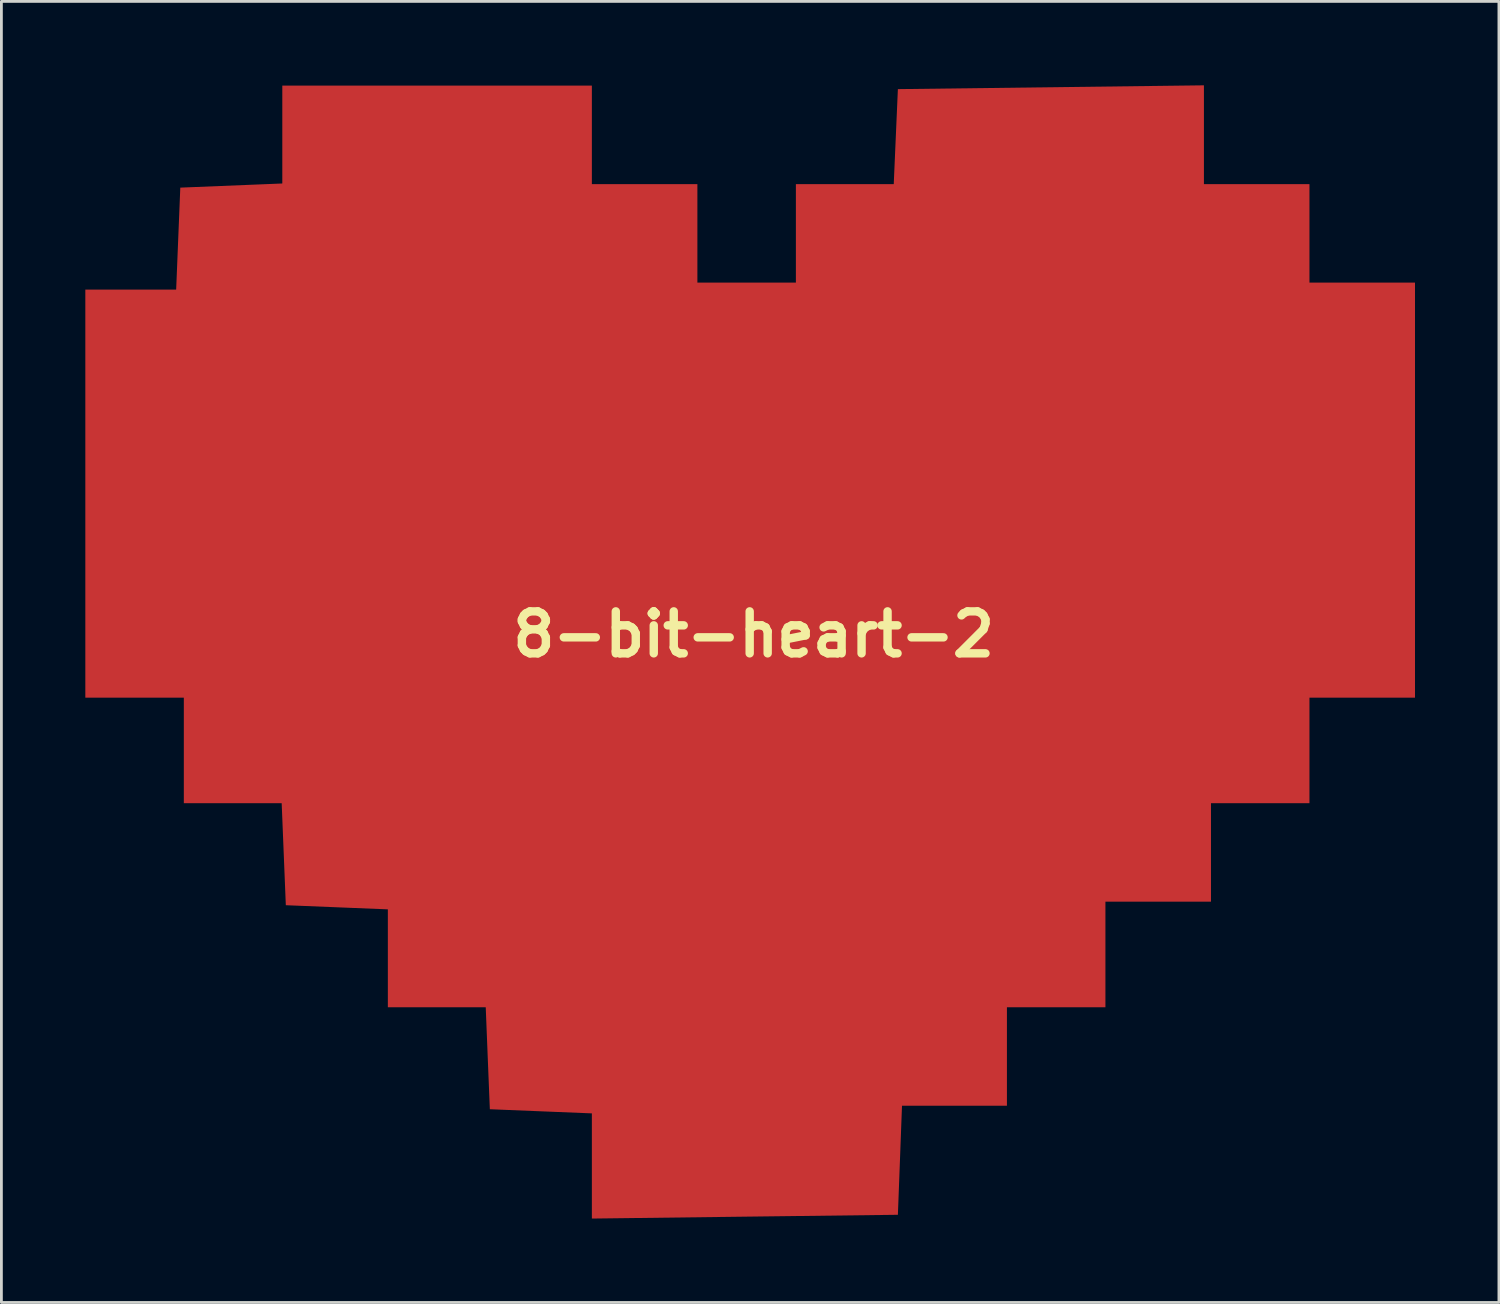
<source format=kicad_pcb>
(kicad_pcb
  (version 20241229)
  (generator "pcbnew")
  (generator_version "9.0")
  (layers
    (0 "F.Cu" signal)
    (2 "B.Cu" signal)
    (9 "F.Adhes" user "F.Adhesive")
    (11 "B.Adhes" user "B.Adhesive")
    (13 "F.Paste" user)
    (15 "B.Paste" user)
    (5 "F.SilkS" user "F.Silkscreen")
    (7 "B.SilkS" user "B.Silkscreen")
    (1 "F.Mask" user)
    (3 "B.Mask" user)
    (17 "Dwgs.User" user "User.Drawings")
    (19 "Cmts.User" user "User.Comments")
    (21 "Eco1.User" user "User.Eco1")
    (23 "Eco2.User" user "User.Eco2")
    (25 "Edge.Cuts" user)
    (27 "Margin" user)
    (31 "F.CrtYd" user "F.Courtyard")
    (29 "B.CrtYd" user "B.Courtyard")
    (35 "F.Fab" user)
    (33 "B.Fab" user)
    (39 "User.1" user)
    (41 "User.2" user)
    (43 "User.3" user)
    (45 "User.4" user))
  (footprint "8-bit-heart-2"
    (layer "F.Cu")
    (at 23.891 19.626)
    (property "Reference" "8-bit-heart-2" (at 0 0 0) (layer "F.SilkS") (effects (font (size 1.5 1.5) (thickness 0.3))))
    (attr board_only exclude_from_pos_files exclude_from_bom)
    (fp_poly (pts (xy 16.095 -17.86) (xy 16.095 -16.095) (xy 17.981 -16.095) (xy 19.867 -16.095) (xy 19.867 -14.335) (xy 19.867 -12.574) (xy 21.753 -12.574) (xy 23.64 -12.574) (xy 23.64 -5.155) (xy 23.64 2.263) (xy 21.753 2.263) (xy 19.867 2.263) (xy 19.867 4.15) (xy 19.867 6.036) (xy 18.107 6.036) (xy 16.347 6.036) (xy 16.347 7.796) (xy 16.347 9.556) (xy 14.46 9.556) (xy 12.574 9.556) (xy 12.574 11.443) (xy 12.574 13.329) (xy 10.814 13.329) (xy 9.053 13.329) (xy 9.053 15.089) (xy 9.053 16.85) (xy 7.178 16.85) (xy 5.302 16.85) (xy 5.229 18.799) (xy 5.155 20.748) (xy -0.314 20.815) (xy -5.784 20.883) (xy -5.784 19.003) (xy -5.784 17.123) (xy -7.607 17.049) (xy -9.431 16.975) (xy -9.505 15.152) (xy -9.578 13.329) (xy -11.328 13.329) (xy -13.077 13.329) (xy -13.077 11.579) (xy -13.077 9.83) (xy -14.9 9.756) (xy -16.724 9.682) (xy -16.798 7.859) (xy -16.872 6.036) (xy -18.621 6.036) (xy -20.37 6.036) (xy -20.37 4.15) (xy -20.37 2.263) (xy -22.131 2.263) (xy -23.891 2.263) (xy -23.891 -5.03) (xy -23.891 -12.323) (xy -22.267 -12.323) (xy -20.644 -12.323) (xy -20.57 -14.146) (xy -20.496 -15.969) (xy -18.673 -16.043) (xy -16.85 -16.117) (xy -16.85 -17.866) (xy -16.85 -19.616) (xy -11.317 -19.616) (xy -5.784 -19.616) (xy -5.784 -17.855) (xy -5.784 -16.095) (xy -3.898 -16.095) (xy -2.012 -16.095) (xy -2.012 -14.335) (xy -2.012 -12.574) (xy -0.251 -12.574) (xy 1.509 -12.574) (xy 1.509 -14.335) (xy 1.509 -16.095) (xy 3.258 -16.095) (xy 5.007 -16.095) (xy 5.081 -17.793) (xy 5.155 -19.49) (xy 10.625 -19.558) (xy 16.095 -19.626)) (stroke (width 0) (type solid)) (fill yes) (layer "F.Cu")))
  (gr_rect
    (start -3 -3)
    (end 50.531 43.509)
    (stroke (width 0.1) (type default))
    (fill no)
    (layer "Edge.Cuts")))
</source>
